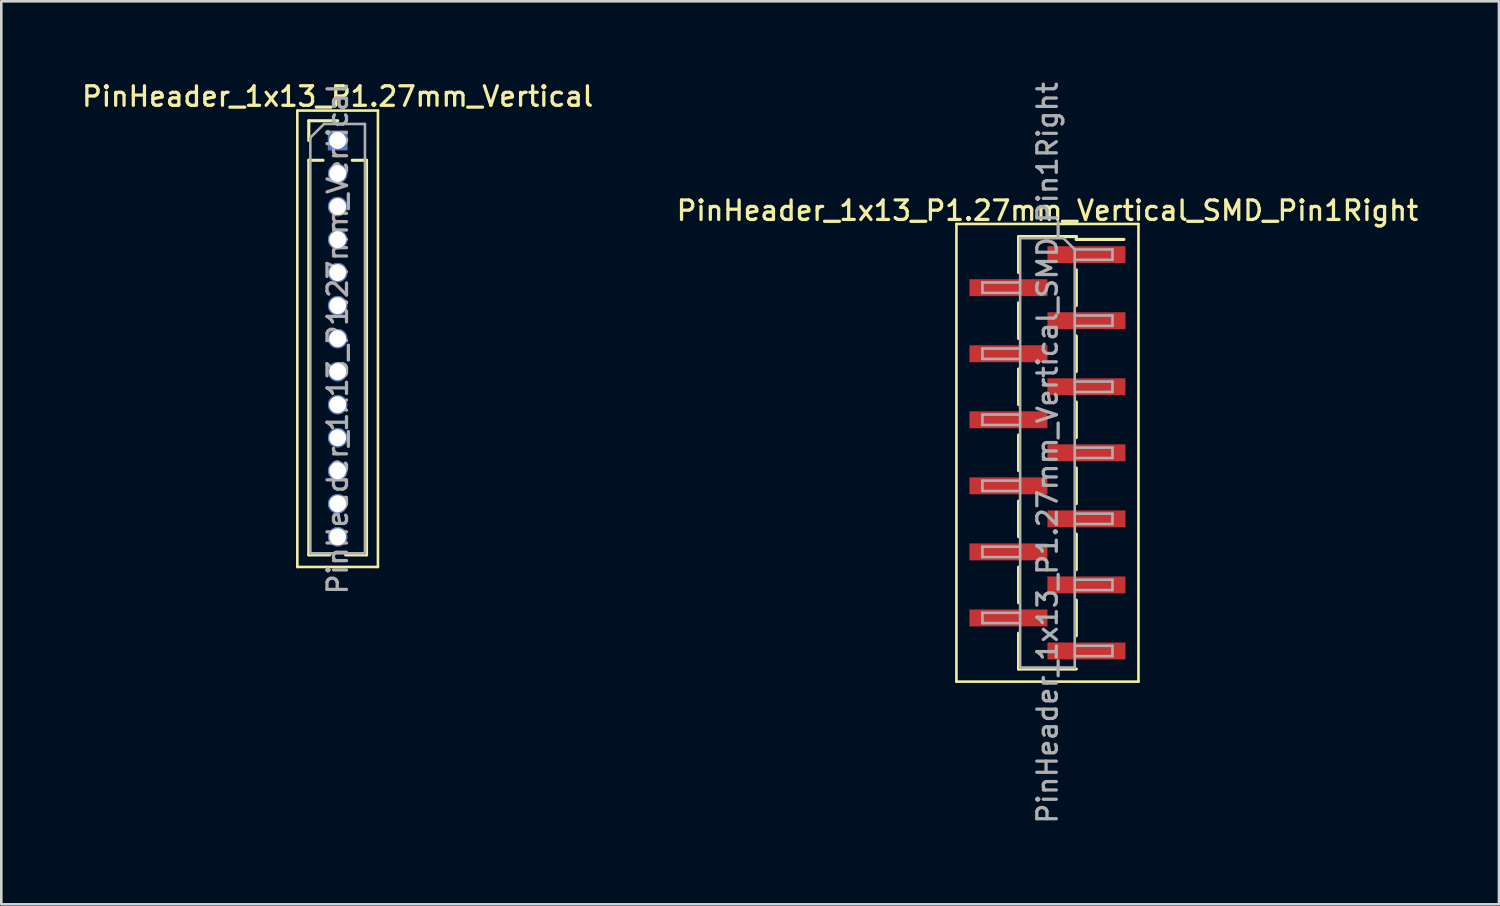
<source format=kicad_pcb>
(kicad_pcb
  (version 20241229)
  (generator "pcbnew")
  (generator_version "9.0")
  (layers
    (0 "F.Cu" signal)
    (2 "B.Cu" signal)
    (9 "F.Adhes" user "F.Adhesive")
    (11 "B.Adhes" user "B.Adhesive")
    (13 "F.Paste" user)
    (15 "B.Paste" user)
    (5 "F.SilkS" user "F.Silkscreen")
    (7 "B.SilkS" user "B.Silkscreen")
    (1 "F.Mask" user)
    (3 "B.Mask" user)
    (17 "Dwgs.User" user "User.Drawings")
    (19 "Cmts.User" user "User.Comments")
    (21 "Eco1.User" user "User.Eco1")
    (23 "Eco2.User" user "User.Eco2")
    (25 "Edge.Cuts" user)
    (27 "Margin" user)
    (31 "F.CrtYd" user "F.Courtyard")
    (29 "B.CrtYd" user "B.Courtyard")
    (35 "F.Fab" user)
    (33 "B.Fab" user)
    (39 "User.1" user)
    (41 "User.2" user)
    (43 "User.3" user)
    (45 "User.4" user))
  (footprint "PinHeader_1x13_P1.27mm_Vertical"
    (layer "F.Cu")
    (at 9.934 2.353)
    (property "Reference" "PinHeader_1x13_P1.27mm_Vertical" (at 0 -1.695 0) (layer "F.SilkS") (effects (font (size 0.75 0.75) (thickness 0.125))))
    (attr through_hole)
    (fp_line (start -1.55 -1.15) (end -1.55 16.4) (stroke (width 0.1) (type solid)) (layer "F.SilkS"))
    (fp_line (start -1.55 16.4) (end 1.55 16.4) (stroke (width 0.1) (type solid)) (layer "F.SilkS"))
    (fp_line (start -1.11 -0.76) (end 0 -0.76) (stroke (width 0.12) (type solid)) (layer "F.SilkS"))
    (fp_line (start -1.11 0) (end -1.11 -0.76) (stroke (width 0.12) (type solid)) (layer "F.SilkS"))
    (fp_line (start -1.11 0.76) (end -1.11 15.935) (stroke (width 0.12) (type solid)) (layer "F.SilkS"))
    (fp_line (start -1.11 0.76) (end -0.563 0.76) (stroke (width 0.12) (type solid)) (layer "F.SilkS"))
    (fp_line (start -1.11 15.935) (end -0.308 15.935) (stroke (width 0.12) (type solid)) (layer "F.SilkS"))
    (fp_line (start 0.308 15.935) (end 1.11 15.935) (stroke (width 0.12) (type solid)) (layer "F.SilkS"))
    (fp_line (start 0.563 0.76) (end 1.11 0.76) (stroke (width 0.12) (type solid)) (layer "F.SilkS"))
    (fp_line (start 1.11 0.76) (end 1.11 15.935) (stroke (width 0.12) (type solid)) (layer "F.SilkS"))
    (fp_line (start 1.55 -1.15) (end -1.55 -1.15) (stroke (width 0.1) (type solid)) (layer "F.SilkS"))
    (fp_line (start 1.55 16.4) (end 1.55 -1.15) (stroke (width 0.1) (type solid)) (layer "F.SilkS"))
    (fp_line (start -1.05 -0.11) (end -0.525 -0.635) (stroke (width 0.1) (type solid)) (layer "F.Fab"))
    (fp_line (start -1.05 15.875) (end -1.05 -0.11) (stroke (width 0.1) (type solid)) (layer "F.Fab"))
    (fp_line (start -0.525 -0.635) (end 1.05 -0.635) (stroke (width 0.1) (type solid)) (layer "F.Fab"))
    (fp_line (start 1.05 -0.635) (end 1.05 15.875) (stroke (width 0.1) (type solid)) (layer "F.Fab"))
    (fp_line (start 1.05 15.875) (end -1.05 15.875) (stroke (width 0.1) (type solid)) (layer "F.Fab"))
    (fp_text user "${REFERENCE}" (at 0 7.62 90) (layer "F.Fab") (effects (font (size 0.75 0.75) (thickness 0.125))))
    (pad "1" thru_hole rect (at 0 0) (size 0.75 0.75) (drill 0.65) (layers "*.Cu" "*.Mask"))
    (pad "2" thru_hole oval (at 0 1.27) (size 0.75 0.75) (drill 0.65) (layers "*.Cu" "*.Mask"))
    (pad "3" thru_hole oval (at 0 2.54) (size 0.75 0.75) (drill 0.65) (layers "*.Cu" "*.Mask"))
    (pad "4" thru_hole oval (at 0 3.81) (size 0.75 0.75) (drill 0.65) (layers "*.Cu" "*.Mask"))
    (pad "5" thru_hole oval (at 0 5.08) (size 0.75 0.75) (drill 0.65) (layers "*.Cu" "*.Mask"))
    (pad "6" thru_hole oval (at 0 6.35) (size 0.75 0.75) (drill 0.65) (layers "*.Cu" "*.Mask"))
    (pad "7" thru_hole oval (at 0 7.62) (size 0.75 0.75) (drill 0.65) (layers "*.Cu" "*.Mask"))
    (pad "8" thru_hole oval (at 0 8.89) (size 0.75 0.75) (drill 0.65) (layers "*.Cu" "*.Mask"))
    (pad "9" thru_hole oval (at 0 10.16) (size 0.75 0.75) (drill 0.65) (layers "*.Cu" "*.Mask"))
    (pad "10" thru_hole oval (at 0 11.43) (size 0.75 0.75) (drill 0.65) (layers "*.Cu" "*.Mask"))
    (pad "11" thru_hole oval (at 0 12.7) (size 0.75 0.75) (drill 0.65) (layers "*.Cu" "*.Mask"))
    (pad "12" thru_hole oval (at 0 13.97) (size 0.75 0.75) (drill 0.65) (layers "*.Cu" "*.Mask"))
    (pad "13" thru_hole oval (at 0 15.24) (size 0.75 0.75) (drill 0.65) (layers "*.Cu" "*.Mask")))
  (footprint "PinHeader_1x13_P1.27mm_Vertical_SMD_Pin1Right"
    (layer "F.Cu")
    (at 37.23 14.363)
    (property "Reference" "PinHeader_1x13_P1.27mm_Vertical_SMD_Pin1Right" (at 0 -9.315 0) (layer "F.SilkS") (effects (font (size 0.75 0.75) (thickness 0.125))))
    (attr smd)
    (fp_line (start -3.5 -8.8) (end -3.5 8.8) (stroke (width 0.1) (type solid)) (layer "F.SilkS"))
    (fp_line (start -3.5 8.8) (end 3.5 8.8) (stroke (width 0.1) (type solid)) (layer "F.SilkS"))
    (fp_line (start -1.11 -8.315) (end 1.11 -8.315) (stroke (width 0.12) (type solid)) (layer "F.SilkS"))
    (fp_line (start -1.11 -8.305) (end -1.11 -6.935) (stroke (width 0.12) (type solid)) (layer "F.SilkS"))
    (fp_line (start -1.11 -5.765) (end -1.11 -4.395) (stroke (width 0.12) (type solid)) (layer "F.SilkS"))
    (fp_line (start -1.11 -3.225) (end -1.11 -1.855) (stroke (width 0.12) (type solid)) (layer "F.SilkS"))
    (fp_line (start -1.11 -0.685) (end -1.11 0.685) (stroke (width 0.12) (type solid)) (layer "F.SilkS"))
    (fp_line (start -1.11 1.855) (end -1.11 3.225) (stroke (width 0.12) (type solid)) (layer "F.SilkS"))
    (fp_line (start -1.11 4.395) (end -1.11 5.765) (stroke (width 0.12) (type solid)) (layer "F.SilkS"))
    (fp_line (start -1.11 6.935) (end -1.11 8.305) (stroke (width 0.12) (type solid)) (layer "F.SilkS"))
    (fp_line (start -1.11 8.205) (end -1.11 8.315) (stroke (width 0.12) (type solid)) (layer "F.SilkS"))
    (fp_line (start -1.11 8.315) (end 1.11 8.315) (stroke (width 0.12) (type solid)) (layer "F.SilkS"))
    (fp_line (start 1.11 -8.315) (end 1.11 -8.205) (stroke (width 0.12) (type solid)) (layer "F.SilkS"))
    (fp_line (start 1.11 -8.205) (end 2.94 -8.205) (stroke (width 0.12) (type solid)) (layer "F.SilkS"))
    (fp_line (start 1.11 -7.035) (end 1.11 -5.665) (stroke (width 0.12) (type solid)) (layer "F.SilkS"))
    (fp_line (start 1.11 -4.495) (end 1.11 -3.125) (stroke (width 0.12) (type solid)) (layer "F.SilkS"))
    (fp_line (start 1.11 -1.955) (end 1.11 -0.585) (stroke (width 0.12) (type solid)) (layer "F.SilkS"))
    (fp_line (start 1.11 0.585) (end 1.11 1.955) (stroke (width 0.12) (type solid)) (layer "F.SilkS"))
    (fp_line (start 1.11 3.125) (end 1.11 4.495) (stroke (width 0.12) (type solid)) (layer "F.SilkS"))
    (fp_line (start 1.11 5.665) (end 1.11 7.035) (stroke (width 0.12) (type solid)) (layer "F.SilkS"))
    (fp_line (start 3.5 -8.8) (end -3.5 -8.8) (stroke (width 0.1) (type solid)) (layer "F.SilkS"))
    (fp_line (start 3.5 8.8) (end 3.5 -8.8) (stroke (width 0.1) (type solid)) (layer "F.SilkS"))
    (fp_line (start -2.5 -6.55) (end -2.5 -6.15) (stroke (width 0.1) (type solid)) (layer "F.Fab"))
    (fp_line (start -2.5 -6.15) (end -1.05 -6.15) (stroke (width 0.1) (type solid)) (layer "F.Fab"))
    (fp_line (start -2.5 -4.01) (end -2.5 -3.61) (stroke (width 0.1) (type solid)) (layer "F.Fab"))
    (fp_line (start -2.5 -3.61) (end -1.05 -3.61) (stroke (width 0.1) (type solid)) (layer "F.Fab"))
    (fp_line (start -2.5 -1.47) (end -2.5 -1.07) (stroke (width 0.1) (type solid)) (layer "F.Fab"))
    (fp_line (start -2.5 -1.07) (end -1.05 -1.07) (stroke (width 0.1) (type solid)) (layer "F.Fab"))
    (fp_line (start -2.5 1.07) (end -2.5 1.47) (stroke (width 0.1) (type solid)) (layer "F.Fab"))
    (fp_line (start -2.5 1.47) (end -1.05 1.47) (stroke (width 0.1) (type solid)) (layer "F.Fab"))
    (fp_line (start -2.5 3.61) (end -2.5 4.01) (stroke (width 0.1) (type solid)) (layer "F.Fab"))
    (fp_line (start -2.5 4.01) (end -1.05 4.01) (stroke (width 0.1) (type solid)) (layer "F.Fab"))
    (fp_line (start -2.5 6.15) (end -2.5 6.55) (stroke (width 0.1) (type solid)) (layer "F.Fab"))
    (fp_line (start -2.5 6.55) (end -1.05 6.55) (stroke (width 0.1) (type solid)) (layer "F.Fab"))
    (fp_line (start -1.05 -8.255) (end -1.05 8.255) (stroke (width 0.1) (type solid)) (layer "F.Fab"))
    (fp_line (start -1.05 -8.255) (end 0.615 -8.255) (stroke (width 0.1) (type solid)) (layer "F.Fab"))
    (fp_line (start -1.05 -6.55) (end -2.5 -6.55) (stroke (width 0.1) (type solid)) (layer "F.Fab"))
    (fp_line (start -1.05 -4.01) (end -2.5 -4.01) (stroke (width 0.1) (type solid)) (layer "F.Fab"))
    (fp_line (start -1.05 -1.47) (end -2.5 -1.47) (stroke (width 0.1) (type solid)) (layer "F.Fab"))
    (fp_line (start -1.05 1.07) (end -2.5 1.07) (stroke (width 0.1) (type solid)) (layer "F.Fab"))
    (fp_line (start -1.05 3.61) (end -2.5 3.61) (stroke (width 0.1) (type solid)) (layer "F.Fab"))
    (fp_line (start -1.05 6.15) (end -2.5 6.15) (stroke (width 0.1) (type solid)) (layer "F.Fab"))
    (fp_line (start 1.05 -7.82) (end 0.615 -8.255) (stroke (width 0.1) (type solid)) (layer "F.Fab"))
    (fp_line (start 1.05 -7.82) (end 2.5 -7.82) (stroke (width 0.1) (type solid)) (layer "F.Fab"))
    (fp_line (start 1.05 -5.28) (end 2.5 -5.28) (stroke (width 0.1) (type solid)) (layer "F.Fab"))
    (fp_line (start 1.05 -2.74) (end 2.5 -2.74) (stroke (width 0.1) (type solid)) (layer "F.Fab"))
    (fp_line (start 1.05 -0.2) (end 2.5 -0.2) (stroke (width 0.1) (type solid)) (layer "F.Fab"))
    (fp_line (start 1.05 2.34) (end 2.5 2.34) (stroke (width 0.1) (type solid)) (layer "F.Fab"))
    (fp_line (start 1.05 4.88) (end 2.5 4.88) (stroke (width 0.1) (type solid)) (layer "F.Fab"))
    (fp_line (start 1.05 7.42) (end 2.5 7.42) (stroke (width 0.1) (type solid)) (layer "F.Fab"))
    (fp_line (start 1.05 8.255) (end -1.05 8.255) (stroke (width 0.1) (type solid)) (layer "F.Fab"))
    (fp_line (start 1.05 8.255) (end 1.05 -7.82) (stroke (width 0.1) (type solid)) (layer "F.Fab"))
    (fp_line (start 2.5 -7.82) (end 2.5 -7.42) (stroke (width 0.1) (type solid)) (layer "F.Fab"))
    (fp_line (start 2.5 -7.42) (end 1.05 -7.42) (stroke (width 0.1) (type solid)) (layer "F.Fab"))
    (fp_line (start 2.5 -5.28) (end 2.5 -4.88) (stroke (width 0.1) (type solid)) (layer "F.Fab"))
    (fp_line (start 2.5 -4.88) (end 1.05 -4.88) (stroke (width 0.1) (type solid)) (layer "F.Fab"))
    (fp_line (start 2.5 -2.74) (end 2.5 -2.34) (stroke (width 0.1) (type solid)) (layer "F.Fab"))
    (fp_line (start 2.5 -2.34) (end 1.05 -2.34) (stroke (width 0.1) (type solid)) (layer "F.Fab"))
    (fp_line (start 2.5 -0.2) (end 2.5 0.2) (stroke (width 0.1) (type solid)) (layer "F.Fab"))
    (fp_line (start 2.5 0.2) (end 1.05 0.2) (stroke (width 0.1) (type solid)) (layer "F.Fab"))
    (fp_line (start 2.5 2.34) (end 2.5 2.74) (stroke (width 0.1) (type solid)) (layer "F.Fab"))
    (fp_line (start 2.5 2.74) (end 1.05 2.74) (stroke (width 0.1) (type solid)) (layer "F.Fab"))
    (fp_line (start 2.5 4.88) (end 2.5 5.28) (stroke (width 0.1) (type solid)) (layer "F.Fab"))
    (fp_line (start 2.5 5.28) (end 1.05 5.28) (stroke (width 0.1) (type solid)) (layer "F.Fab"))
    (fp_line (start 2.5 7.42) (end 2.5 7.82) (stroke (width 0.1) (type solid)) (layer "F.Fab"))
    (fp_line (start 2.5 7.82) (end 1.05 7.82) (stroke (width 0.1) (type solid)) (layer "F.Fab"))
    (fp_text user "${REFERENCE}" (at 0 0 90) (layer "F.Fab") (effects (font (size 0.75 0.75) (thickness 0.125))))
    (pad "1" smd rect (at 1.5 -7.62) (size 3 0.65) (layers "F.Cu" "F.Mask" "F.Paste"))
    (pad "2" smd rect (at -1.5 -6.35) (size 3 0.65) (layers "F.Cu" "F.Mask" "F.Paste"))
    (pad "3" smd rect (at 1.5 -5.08) (size 3 0.65) (layers "F.Cu" "F.Mask" "F.Paste"))
    (pad "4" smd rect (at -1.5 -3.81) (size 3 0.65) (layers "F.Cu" "F.Mask" "F.Paste"))
    (pad "5" smd rect (at 1.5 -2.54) (size 3 0.65) (layers "F.Cu" "F.Mask" "F.Paste"))
    (pad "6" smd rect (at -1.5 -1.27) (size 3 0.65) (layers "F.Cu" "F.Mask" "F.Paste"))
    (pad "7" smd rect (at 1.5 0) (size 3 0.65) (layers "F.Cu" "F.Mask" "F.Paste"))
    (pad "8" smd rect (at -1.5 1.27) (size 3 0.65) (layers "F.Cu" "F.Mask" "F.Paste"))
    (pad "9" smd rect (at 1.5 2.54) (size 3 0.65) (layers "F.Cu" "F.Mask" "F.Paste"))
    (pad "10" smd rect (at -1.5 3.81) (size 3 0.65) (layers "F.Cu" "F.Mask" "F.Paste"))
    (pad "11" smd rect (at 1.5 5.08) (size 3 0.65) (layers "F.Cu" "F.Mask" "F.Paste"))
    (pad "12" smd rect (at -1.5 6.35) (size 3 0.65) (layers "F.Cu" "F.Mask" "F.Paste"))
    (pad "13" smd rect (at 1.5 7.62) (size 3 0.65) (layers "F.Cu" "F.Mask" "F.Paste")))
  (gr_rect
    (start -3 -3)
    (end 54.593 31.725)
    (stroke (width 0.1) (type default))
    (fill no)
    (layer "Edge.Cuts")))
</source>
